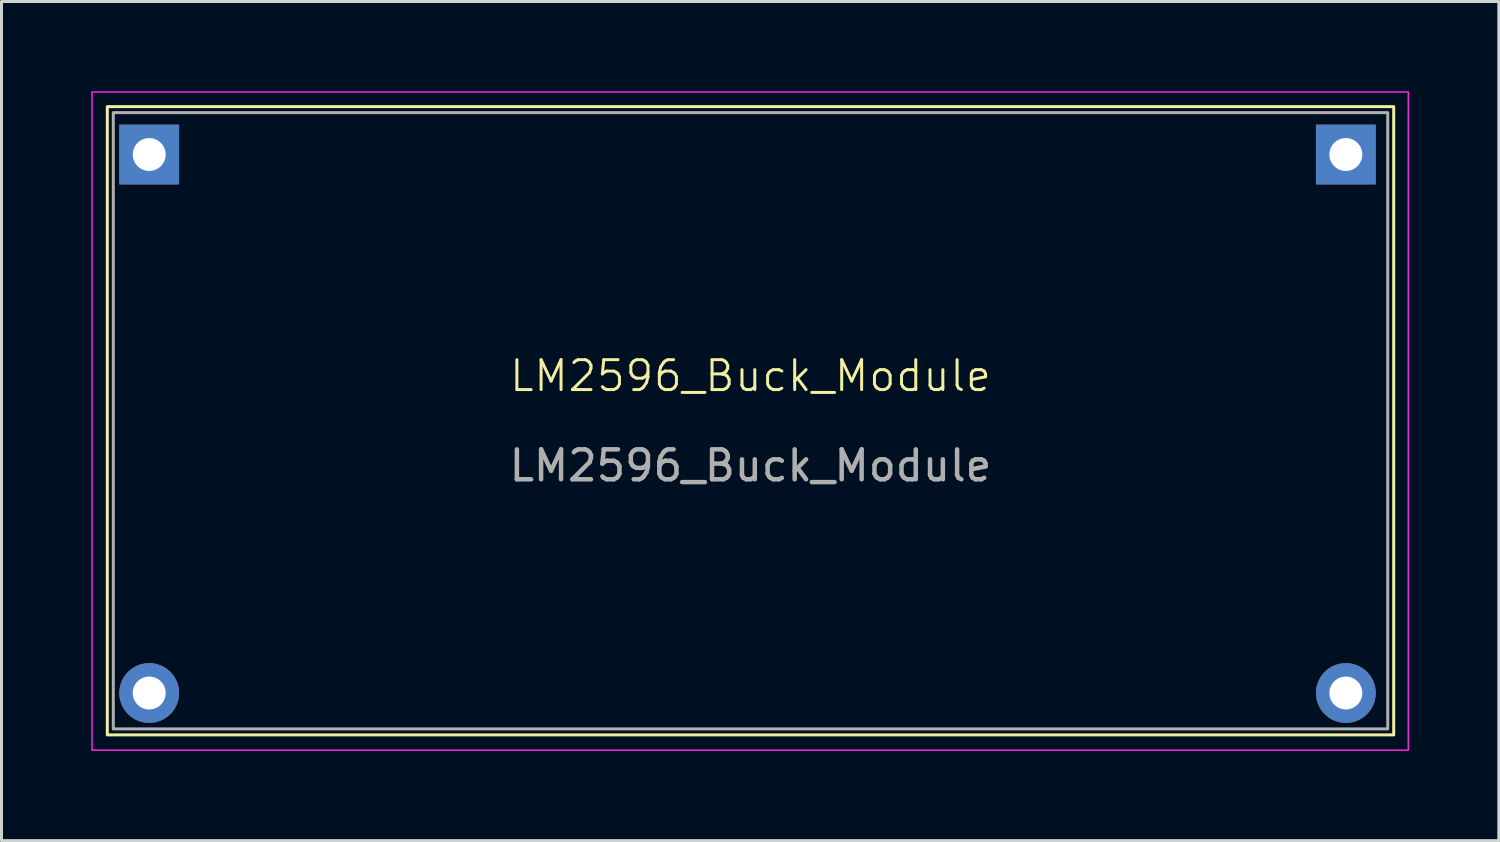
<source format=kicad_pcb>
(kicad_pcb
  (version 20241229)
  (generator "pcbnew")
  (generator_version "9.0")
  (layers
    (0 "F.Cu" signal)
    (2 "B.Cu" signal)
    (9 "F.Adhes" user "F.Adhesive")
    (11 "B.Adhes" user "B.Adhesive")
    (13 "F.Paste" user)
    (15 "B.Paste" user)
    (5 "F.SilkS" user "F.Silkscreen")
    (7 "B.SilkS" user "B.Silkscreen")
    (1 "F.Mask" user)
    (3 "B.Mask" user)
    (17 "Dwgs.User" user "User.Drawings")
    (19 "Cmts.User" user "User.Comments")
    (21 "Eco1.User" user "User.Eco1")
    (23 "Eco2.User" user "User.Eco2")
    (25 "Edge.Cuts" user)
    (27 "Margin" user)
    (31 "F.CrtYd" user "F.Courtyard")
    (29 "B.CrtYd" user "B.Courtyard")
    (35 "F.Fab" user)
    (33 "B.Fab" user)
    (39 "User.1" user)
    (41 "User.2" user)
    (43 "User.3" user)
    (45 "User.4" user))
  (footprint "LM2596_Buck_Module"
    (layer "F.Cu")
    (at 0.537 21.515)
    (property "Reference" "LM2596_Buck_Module" (at 21.5 -12 0) (unlocked yes) (layer "F.SilkS") (effects (font (size 1 1) (thickness 0.1))))
    (attr smd)
    (fp_rect (start 0 -21) (end 43 0) (stroke (width 0.1) (type default)) (fill no) (layer "F.SilkS"))
    (fp_rect (start -0.512 -21.49) (end 43.488 0.51) (stroke (width 0.05) (type solid)) (fill no) (layer "F.CrtYd"))
    (fp_rect (start 0.2 -20.8) (end 42.8 -0.2) (stroke (width 0.1) (type solid)) (fill no) (layer "F.Fab"))
    (fp_text user "${REFERENCE}" (at 21.5 -9 0) (unlocked yes) (layer "F.Fab") (effects (font (size 1 1) (thickness 0.15))))
    (pad "1" thru_hole rect (at 1.4 -19.4) (size 2 2) (drill 1.1) (layers "*.Cu" "*.Mask"))
    (pad "2" thru_hole circle (at 1.4 -1.4) (size 2 2) (drill 1.1) (layers "*.Cu" "*.Mask"))
    (pad "3" thru_hole circle (at 41.4 -1.4) (size 2 2) (drill 1.1) (layers "*.Cu" "*.Mask"))
    (pad "4" thru_hole rect (at 41.4 -19.4) (size 2 2) (drill 1.1) (layers "*.Cu" "*.Mask")))
  (gr_rect
    (start -3 -3)
    (end 47.05 25.05)
    (stroke (width 0.1) (type default))
    (fill no)
    (layer "Edge.Cuts")))
</source>
